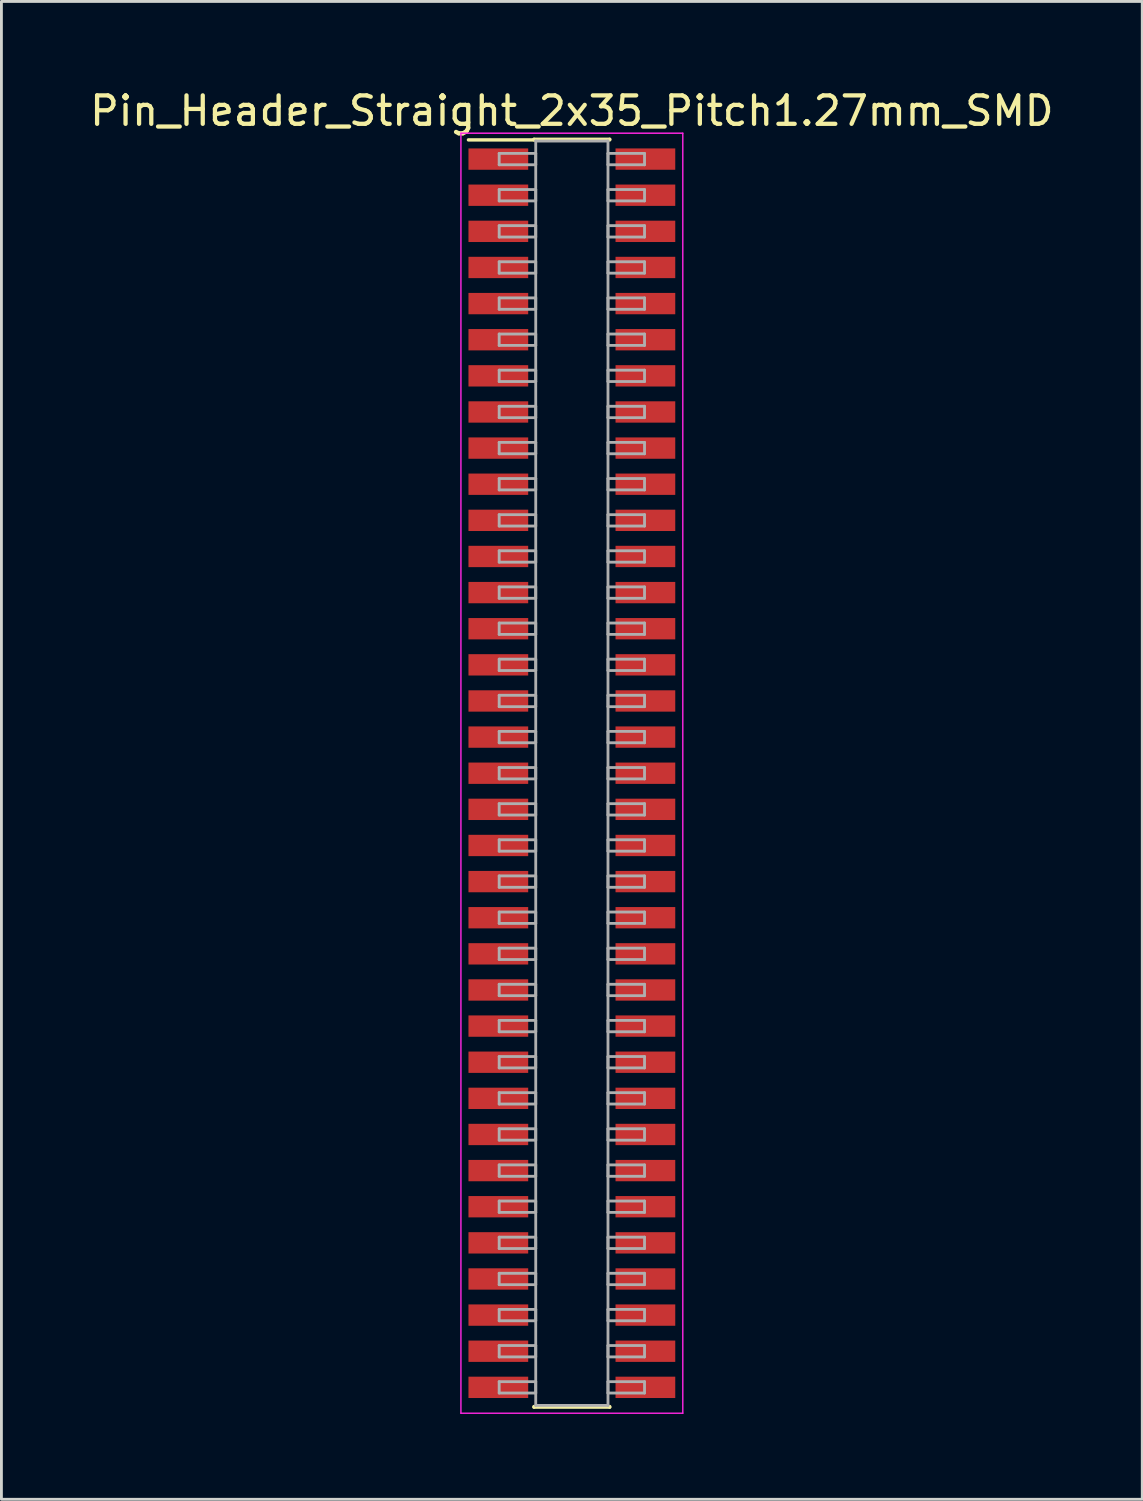
<source format=kicad_pcb>
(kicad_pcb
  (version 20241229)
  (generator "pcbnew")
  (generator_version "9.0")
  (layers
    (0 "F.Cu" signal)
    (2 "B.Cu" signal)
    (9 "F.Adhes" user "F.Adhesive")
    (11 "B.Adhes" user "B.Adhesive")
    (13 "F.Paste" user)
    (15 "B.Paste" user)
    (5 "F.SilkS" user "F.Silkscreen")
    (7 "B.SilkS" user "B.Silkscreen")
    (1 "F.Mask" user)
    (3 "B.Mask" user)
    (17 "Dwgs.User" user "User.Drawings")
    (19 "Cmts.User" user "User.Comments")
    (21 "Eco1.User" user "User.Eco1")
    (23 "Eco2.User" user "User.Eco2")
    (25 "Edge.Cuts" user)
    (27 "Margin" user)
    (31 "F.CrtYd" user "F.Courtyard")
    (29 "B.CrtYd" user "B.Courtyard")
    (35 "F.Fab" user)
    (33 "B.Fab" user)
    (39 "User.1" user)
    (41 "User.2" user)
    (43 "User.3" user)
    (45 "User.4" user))
  (footprint "Pin_Header_Straight_2x35_Pitch1.27mm_SMD"
    (layer "F.Cu")
    (at 17.054 24.133)
    (property "Reference" "Pin_Header_Straight_2x35_Pitch1.27mm_SMD" (at 0 -23.285 0) (layer "F.SilkS") (effects (font (size 1 1) (thickness 0.15))))
    (attr smd)
    (fp_line (start -3.635 -22.265) (end -1.33 -22.265) (stroke (width 0.12) (type solid)) (layer "F.SilkS"))
    (fp_line (start -1.33 -22.285) (end 1.33 -22.285) (stroke (width 0.12) (type solid)) (layer "F.SilkS"))
    (fp_line (start -1.33 -22.265) (end -1.33 -22.285) (stroke (width 0.12) (type solid)) (layer "F.SilkS"))
    (fp_line (start -1.33 22.265) (end -1.33 22.285) (stroke (width 0.12) (type solid)) (layer "F.SilkS"))
    (fp_line (start -1.33 22.285) (end 1.33 22.285) (stroke (width 0.12) (type solid)) (layer "F.SilkS"))
    (fp_line (start 1.33 -22.285) (end 1.33 -22.265) (stroke (width 0.12) (type solid)) (layer "F.SilkS"))
    (fp_line (start 1.33 22.285) (end 1.33 22.265) (stroke (width 0.12) (type solid)) (layer "F.SilkS"))
    (fp_line (start -3.9 -22.5) (end -3.9 22.5) (stroke (width 0.05) (type solid)) (layer "F.CrtYd"))
    (fp_line (start -3.9 22.5) (end 3.9 22.5) (stroke (width 0.05) (type solid)) (layer "F.CrtYd"))
    (fp_line (start 3.9 -22.5) (end -3.9 -22.5) (stroke (width 0.05) (type solid)) (layer "F.CrtYd"))
    (fp_line (start 3.9 22.5) (end 3.9 -22.5) (stroke (width 0.05) (type solid)) (layer "F.CrtYd"))
    (fp_line (start -2.555 -21.79) (end -1.27 -21.79) (stroke (width 0.1) (type solid)) (layer "F.Fab"))
    (fp_line (start -2.555 -21.39) (end -2.555 -21.79) (stroke (width 0.1) (type solid)) (layer "F.Fab"))
    (fp_line (start -2.555 -20.52) (end -1.27 -20.52) (stroke (width 0.1) (type solid)) (layer "F.Fab"))
    (fp_line (start -2.555 -20.12) (end -2.555 -20.52) (stroke (width 0.1) (type solid)) (layer "F.Fab"))
    (fp_line (start -2.555 -19.25) (end -1.27 -19.25) (stroke (width 0.1) (type solid)) (layer "F.Fab"))
    (fp_line (start -2.555 -18.85) (end -2.555 -19.25) (stroke (width 0.1) (type solid)) (layer "F.Fab"))
    (fp_line (start -2.555 -17.98) (end -1.27 -17.98) (stroke (width 0.1) (type solid)) (layer "F.Fab"))
    (fp_line (start -2.555 -17.58) (end -2.555 -17.98) (stroke (width 0.1) (type solid)) (layer "F.Fab"))
    (fp_line (start -2.555 -16.71) (end -1.27 -16.71) (stroke (width 0.1) (type solid)) (layer "F.Fab"))
    (fp_line (start -2.555 -16.31) (end -2.555 -16.71) (stroke (width 0.1) (type solid)) (layer "F.Fab"))
    (fp_line (start -2.555 -15.44) (end -1.27 -15.44) (stroke (width 0.1) (type solid)) (layer "F.Fab"))
    (fp_line (start -2.555 -15.04) (end -2.555 -15.44) (stroke (width 0.1) (type solid)) (layer "F.Fab"))
    (fp_line (start -2.555 -14.17) (end -1.27 -14.17) (stroke (width 0.1) (type solid)) (layer "F.Fab"))
    (fp_line (start -2.555 -13.77) (end -2.555 -14.17) (stroke (width 0.1) (type solid)) (layer "F.Fab"))
    (fp_line (start -2.555 -12.9) (end -1.27 -12.9) (stroke (width 0.1) (type solid)) (layer "F.Fab"))
    (fp_line (start -2.555 -12.5) (end -2.555 -12.9) (stroke (width 0.1) (type solid)) (layer "F.Fab"))
    (fp_line (start -2.555 -11.63) (end -1.27 -11.63) (stroke (width 0.1) (type solid)) (layer "F.Fab"))
    (fp_line (start -2.555 -11.23) (end -2.555 -11.63) (stroke (width 0.1) (type solid)) (layer "F.Fab"))
    (fp_line (start -2.555 -10.36) (end -1.27 -10.36) (stroke (width 0.1) (type solid)) (layer "F.Fab"))
    (fp_line (start -2.555 -9.96) (end -2.555 -10.36) (stroke (width 0.1) (type solid)) (layer "F.Fab"))
    (fp_line (start -2.555 -9.09) (end -1.27 -9.09) (stroke (width 0.1) (type solid)) (layer "F.Fab"))
    (fp_line (start -2.555 -8.69) (end -2.555 -9.09) (stroke (width 0.1) (type solid)) (layer "F.Fab"))
    (fp_line (start -2.555 -7.82) (end -1.27 -7.82) (stroke (width 0.1) (type solid)) (layer "F.Fab"))
    (fp_line (start -2.555 -7.42) (end -2.555 -7.82) (stroke (width 0.1) (type solid)) (layer "F.Fab"))
    (fp_line (start -2.555 -6.55) (end -1.27 -6.55) (stroke (width 0.1) (type solid)) (layer "F.Fab"))
    (fp_line (start -2.555 -6.15) (end -2.555 -6.55) (stroke (width 0.1) (type solid)) (layer "F.Fab"))
    (fp_line (start -2.555 -5.28) (end -1.27 -5.28) (stroke (width 0.1) (type solid)) (layer "F.Fab"))
    (fp_line (start -2.555 -4.88) (end -2.555 -5.28) (stroke (width 0.1) (type solid)) (layer "F.Fab"))
    (fp_line (start -2.555 -4.01) (end -1.27 -4.01) (stroke (width 0.1) (type solid)) (layer "F.Fab"))
    (fp_line (start -2.555 -3.61) (end -2.555 -4.01) (stroke (width 0.1) (type solid)) (layer "F.Fab"))
    (fp_line (start -2.555 -2.74) (end -1.27 -2.74) (stroke (width 0.1) (type solid)) (layer "F.Fab"))
    (fp_line (start -2.555 -2.34) (end -2.555 -2.74) (stroke (width 0.1) (type solid)) (layer "F.Fab"))
    (fp_line (start -2.555 -1.47) (end -1.27 -1.47) (stroke (width 0.1) (type solid)) (layer "F.Fab"))
    (fp_line (start -2.555 -1.07) (end -2.555 -1.47) (stroke (width 0.1) (type solid)) (layer "F.Fab"))
    (fp_line (start -2.555 -0.2) (end -1.27 -0.2) (stroke (width 0.1) (type solid)) (layer "F.Fab"))
    (fp_line (start -2.555 0.2) (end -2.555 -0.2) (stroke (width 0.1) (type solid)) (layer "F.Fab"))
    (fp_line (start -2.555 1.07) (end -1.27 1.07) (stroke (width 0.1) (type solid)) (layer "F.Fab"))
    (fp_line (start -2.555 1.47) (end -2.555 1.07) (stroke (width 0.1) (type solid)) (layer "F.Fab"))
    (fp_line (start -2.555 2.34) (end -1.27 2.34) (stroke (width 0.1) (type solid)) (layer "F.Fab"))
    (fp_line (start -2.555 2.74) (end -2.555 2.34) (stroke (width 0.1) (type solid)) (layer "F.Fab"))
    (fp_line (start -2.555 3.61) (end -1.27 3.61) (stroke (width 0.1) (type solid)) (layer "F.Fab"))
    (fp_line (start -2.555 4.01) (end -2.555 3.61) (stroke (width 0.1) (type solid)) (layer "F.Fab"))
    (fp_line (start -2.555 4.88) (end -1.27 4.88) (stroke (width 0.1) (type solid)) (layer "F.Fab"))
    (fp_line (start -2.555 5.28) (end -2.555 4.88) (stroke (width 0.1) (type solid)) (layer "F.Fab"))
    (fp_line (start -2.555 6.15) (end -1.27 6.15) (stroke (width 0.1) (type solid)) (layer "F.Fab"))
    (fp_line (start -2.555 6.55) (end -2.555 6.15) (stroke (width 0.1) (type solid)) (layer "F.Fab"))
    (fp_line (start -2.555 7.42) (end -1.27 7.42) (stroke (width 0.1) (type solid)) (layer "F.Fab"))
    (fp_line (start -2.555 7.82) (end -2.555 7.42) (stroke (width 0.1) (type solid)) (layer "F.Fab"))
    (fp_line (start -2.555 8.69) (end -1.27 8.69) (stroke (width 0.1) (type solid)) (layer "F.Fab"))
    (fp_line (start -2.555 9.09) (end -2.555 8.69) (stroke (width 0.1) (type solid)) (layer "F.Fab"))
    (fp_line (start -2.555 9.96) (end -1.27 9.96) (stroke (width 0.1) (type solid)) (layer "F.Fab"))
    (fp_line (start -2.555 10.36) (end -2.555 9.96) (stroke (width 0.1) (type solid)) (layer "F.Fab"))
    (fp_line (start -2.555 11.23) (end -1.27 11.23) (stroke (width 0.1) (type solid)) (layer "F.Fab"))
    (fp_line (start -2.555 11.63) (end -2.555 11.23) (stroke (width 0.1) (type solid)) (layer "F.Fab"))
    (fp_line (start -2.555 12.5) (end -1.27 12.5) (stroke (width 0.1) (type solid)) (layer "F.Fab"))
    (fp_line (start -2.555 12.9) (end -2.555 12.5) (stroke (width 0.1) (type solid)) (layer "F.Fab"))
    (fp_line (start -2.555 13.77) (end -1.27 13.77) (stroke (width 0.1) (type solid)) (layer "F.Fab"))
    (fp_line (start -2.555 14.17) (end -2.555 13.77) (stroke (width 0.1) (type solid)) (layer "F.Fab"))
    (fp_line (start -2.555 15.04) (end -1.27 15.04) (stroke (width 0.1) (type solid)) (layer "F.Fab"))
    (fp_line (start -2.555 15.44) (end -2.555 15.04) (stroke (width 0.1) (type solid)) (layer "F.Fab"))
    (fp_line (start -2.555 16.31) (end -1.27 16.31) (stroke (width 0.1) (type solid)) (layer "F.Fab"))
    (fp_line (start -2.555 16.71) (end -2.555 16.31) (stroke (width 0.1) (type solid)) (layer "F.Fab"))
    (fp_line (start -2.555 17.58) (end -1.27 17.58) (stroke (width 0.1) (type solid)) (layer "F.Fab"))
    (fp_line (start -2.555 17.98) (end -2.555 17.58) (stroke (width 0.1) (type solid)) (layer "F.Fab"))
    (fp_line (start -2.555 18.85) (end -1.27 18.85) (stroke (width 0.1) (type solid)) (layer "F.Fab"))
    (fp_line (start -2.555 19.25) (end -2.555 18.85) (stroke (width 0.1) (type solid)) (layer "F.Fab"))
    (fp_line (start -2.555 20.12) (end -1.27 20.12) (stroke (width 0.1) (type solid)) (layer "F.Fab"))
    (fp_line (start -2.555 20.52) (end -2.555 20.12) (stroke (width 0.1) (type solid)) (layer "F.Fab"))
    (fp_line (start -2.555 21.39) (end -1.27 21.39) (stroke (width 0.1) (type solid)) (layer "F.Fab"))
    (fp_line (start -2.555 21.79) (end -2.555 21.39) (stroke (width 0.1) (type solid)) (layer "F.Fab"))
    (fp_line (start -1.27 -22.225) (end -1.27 22.225) (stroke (width 0.1) (type solid)) (layer "F.Fab"))
    (fp_line (start -1.27 -21.79) (end -1.27 -21.39) (stroke (width 0.1) (type solid)) (layer "F.Fab"))
    (fp_line (start -1.27 -21.39) (end -2.555 -21.39) (stroke (width 0.1) (type solid)) (layer "F.Fab"))
    (fp_line (start -1.27 -20.52) (end -1.27 -20.12) (stroke (width 0.1) (type solid)) (layer "F.Fab"))
    (fp_line (start -1.27 -20.12) (end -2.555 -20.12) (stroke (width 0.1) (type solid)) (layer "F.Fab"))
    (fp_line (start -1.27 -19.25) (end -1.27 -18.85) (stroke (width 0.1) (type solid)) (layer "F.Fab"))
    (fp_line (start -1.27 -18.85) (end -2.555 -18.85) (stroke (width 0.1) (type solid)) (layer "F.Fab"))
    (fp_line (start -1.27 -17.98) (end -1.27 -17.58) (stroke (width 0.1) (type solid)) (layer "F.Fab"))
    (fp_line (start -1.27 -17.58) (end -2.555 -17.58) (stroke (width 0.1) (type solid)) (layer "F.Fab"))
    (fp_line (start -1.27 -16.71) (end -1.27 -16.31) (stroke (width 0.1) (type solid)) (layer "F.Fab"))
    (fp_line (start -1.27 -16.31) (end -2.555 -16.31) (stroke (width 0.1) (type solid)) (layer "F.Fab"))
    (fp_line (start -1.27 -15.44) (end -1.27 -15.04) (stroke (width 0.1) (type solid)) (layer "F.Fab"))
    (fp_line (start -1.27 -15.04) (end -2.555 -15.04) (stroke (width 0.1) (type solid)) (layer "F.Fab"))
    (fp_line (start -1.27 -14.17) (end -1.27 -13.77) (stroke (width 0.1) (type solid)) (layer "F.Fab"))
    (fp_line (start -1.27 -13.77) (end -2.555 -13.77) (stroke (width 0.1) (type solid)) (layer "F.Fab"))
    (fp_line (start -1.27 -12.9) (end -1.27 -12.5) (stroke (width 0.1) (type solid)) (layer "F.Fab"))
    (fp_line (start -1.27 -12.5) (end -2.555 -12.5) (stroke (width 0.1) (type solid)) (layer "F.Fab"))
    (fp_line (start -1.27 -11.63) (end -1.27 -11.23) (stroke (width 0.1) (type solid)) (layer "F.Fab"))
    (fp_line (start -1.27 -11.23) (end -2.555 -11.23) (stroke (width 0.1) (type solid)) (layer "F.Fab"))
    (fp_line (start -1.27 -10.36) (end -1.27 -9.96) (stroke (width 0.1) (type solid)) (layer "F.Fab"))
    (fp_line (start -1.27 -9.96) (end -2.555 -9.96) (stroke (width 0.1) (type solid)) (layer "F.Fab"))
    (fp_line (start -1.27 -9.09) (end -1.27 -8.69) (stroke (width 0.1) (type solid)) (layer "F.Fab"))
    (fp_line (start -1.27 -8.69) (end -2.555 -8.69) (stroke (width 0.1) (type solid)) (layer "F.Fab"))
    (fp_line (start -1.27 -7.82) (end -1.27 -7.42) (stroke (width 0.1) (type solid)) (layer "F.Fab"))
    (fp_line (start -1.27 -7.42) (end -2.555 -7.42) (stroke (width 0.1) (type solid)) (layer "F.Fab"))
    (fp_line (start -1.27 -6.55) (end -1.27 -6.15) (stroke (width 0.1) (type solid)) (layer "F.Fab"))
    (fp_line (start -1.27 -6.15) (end -2.555 -6.15) (stroke (width 0.1) (type solid)) (layer "F.Fab"))
    (fp_line (start -1.27 -5.28) (end -1.27 -4.88) (stroke (width 0.1) (type solid)) (layer "F.Fab"))
    (fp_line (start -1.27 -4.88) (end -2.555 -4.88) (stroke (width 0.1) (type solid)) (layer "F.Fab"))
    (fp_line (start -1.27 -4.01) (end -1.27 -3.61) (stroke (width 0.1) (type solid)) (layer "F.Fab"))
    (fp_line (start -1.27 -3.61) (end -2.555 -3.61) (stroke (width 0.1) (type solid)) (layer "F.Fab"))
    (fp_line (start -1.27 -2.74) (end -1.27 -2.34) (stroke (width 0.1) (type solid)) (layer "F.Fab"))
    (fp_line (start -1.27 -2.34) (end -2.555 -2.34) (stroke (width 0.1) (type solid)) (layer "F.Fab"))
    (fp_line (start -1.27 -1.47) (end -1.27 -1.07) (stroke (width 0.1) (type solid)) (layer "F.Fab"))
    (fp_line (start -1.27 -1.07) (end -2.555 -1.07) (stroke (width 0.1) (type solid)) (layer "F.Fab"))
    (fp_line (start -1.27 -0.2) (end -1.27 0.2) (stroke (width 0.1) (type solid)) (layer "F.Fab"))
    (fp_line (start -1.27 0.2) (end -2.555 0.2) (stroke (width 0.1) (type solid)) (layer "F.Fab"))
    (fp_line (start -1.27 1.07) (end -1.27 1.47) (stroke (width 0.1) (type solid)) (layer "F.Fab"))
    (fp_line (start -1.27 1.47) (end -2.555 1.47) (stroke (width 0.1) (type solid)) (layer "F.Fab"))
    (fp_line (start -1.27 2.34) (end -1.27 2.74) (stroke (width 0.1) (type solid)) (layer "F.Fab"))
    (fp_line (start -1.27 2.74) (end -2.555 2.74) (stroke (width 0.1) (type solid)) (layer "F.Fab"))
    (fp_line (start -1.27 3.61) (end -1.27 4.01) (stroke (width 0.1) (type solid)) (layer "F.Fab"))
    (fp_line (start -1.27 4.01) (end -2.555 4.01) (stroke (width 0.1) (type solid)) (layer "F.Fab"))
    (fp_line (start -1.27 4.88) (end -1.27 5.28) (stroke (width 0.1) (type solid)) (layer "F.Fab"))
    (fp_line (start -1.27 5.28) (end -2.555 5.28) (stroke (width 0.1) (type solid)) (layer "F.Fab"))
    (fp_line (start -1.27 6.15) (end -1.27 6.55) (stroke (width 0.1) (type solid)) (layer "F.Fab"))
    (fp_line (start -1.27 6.55) (end -2.555 6.55) (stroke (width 0.1) (type solid)) (layer "F.Fab"))
    (fp_line (start -1.27 7.42) (end -1.27 7.82) (stroke (width 0.1) (type solid)) (layer "F.Fab"))
    (fp_line (start -1.27 7.82) (end -2.555 7.82) (stroke (width 0.1) (type solid)) (layer "F.Fab"))
    (fp_line (start -1.27 8.69) (end -1.27 9.09) (stroke (width 0.1) (type solid)) (layer "F.Fab"))
    (fp_line (start -1.27 9.09) (end -2.555 9.09) (stroke (width 0.1) (type solid)) (layer "F.Fab"))
    (fp_line (start -1.27 9.96) (end -1.27 10.36) (stroke (width 0.1) (type solid)) (layer "F.Fab"))
    (fp_line (start -1.27 10.36) (end -2.555 10.36) (stroke (width 0.1) (type solid)) (layer "F.Fab"))
    (fp_line (start -1.27 11.23) (end -1.27 11.63) (stroke (width 0.1) (type solid)) (layer "F.Fab"))
    (fp_line (start -1.27 11.63) (end -2.555 11.63) (stroke (width 0.1) (type solid)) (layer "F.Fab"))
    (fp_line (start -1.27 12.5) (end -1.27 12.9) (stroke (width 0.1) (type solid)) (layer "F.Fab"))
    (fp_line (start -1.27 12.9) (end -2.555 12.9) (stroke (width 0.1) (type solid)) (layer "F.Fab"))
    (fp_line (start -1.27 13.77) (end -1.27 14.17) (stroke (width 0.1) (type solid)) (layer "F.Fab"))
    (fp_line (start -1.27 14.17) (end -2.555 14.17) (stroke (width 0.1) (type solid)) (layer "F.Fab"))
    (fp_line (start -1.27 15.04) (end -1.27 15.44) (stroke (width 0.1) (type solid)) (layer "F.Fab"))
    (fp_line (start -1.27 15.44) (end -2.555 15.44) (stroke (width 0.1) (type solid)) (layer "F.Fab"))
    (fp_line (start -1.27 16.31) (end -1.27 16.71) (stroke (width 0.1) (type solid)) (layer "F.Fab"))
    (fp_line (start -1.27 16.71) (end -2.555 16.71) (stroke (width 0.1) (type solid)) (layer "F.Fab"))
    (fp_line (start -1.27 17.58) (end -1.27 17.98) (stroke (width 0.1) (type solid)) (layer "F.Fab"))
    (fp_line (start -1.27 17.98) (end -2.555 17.98) (stroke (width 0.1) (type solid)) (layer "F.Fab"))
    (fp_line (start -1.27 18.85) (end -1.27 19.25) (stroke (width 0.1) (type solid)) (layer "F.Fab"))
    (fp_line (start -1.27 19.25) (end -2.555 19.25) (stroke (width 0.1) (type solid)) (layer "F.Fab"))
    (fp_line (start -1.27 20.12) (end -1.27 20.52) (stroke (width 0.1) (type solid)) (layer "F.Fab"))
    (fp_line (start -1.27 20.52) (end -2.555 20.52) (stroke (width 0.1) (type solid)) (layer "F.Fab"))
    (fp_line (start -1.27 21.39) (end -1.27 21.79) (stroke (width 0.1) (type solid)) (layer "F.Fab"))
    (fp_line (start -1.27 21.79) (end -2.555 21.79) (stroke (width 0.1) (type solid)) (layer "F.Fab"))
    (fp_line (start -1.27 22.225) (end 1.27 22.225) (stroke (width 0.1) (type solid)) (layer "F.Fab"))
    (fp_line (start 1.27 -22.225) (end -1.27 -22.225) (stroke (width 0.1) (type solid)) (layer "F.Fab"))
    (fp_line (start 1.27 -21.79) (end 1.27 -21.39) (stroke (width 0.1) (type solid)) (layer "F.Fab"))
    (fp_line (start 1.27 -21.39) (end 2.555 -21.39) (stroke (width 0.1) (type solid)) (layer "F.Fab"))
    (fp_line (start 1.27 -20.52) (end 1.27 -20.12) (stroke (width 0.1) (type solid)) (layer "F.Fab"))
    (fp_line (start 1.27 -20.12) (end 2.555 -20.12) (stroke (width 0.1) (type solid)) (layer "F.Fab"))
    (fp_line (start 1.27 -19.25) (end 1.27 -18.85) (stroke (width 0.1) (type solid)) (layer "F.Fab"))
    (fp_line (start 1.27 -18.85) (end 2.555 -18.85) (stroke (width 0.1) (type solid)) (layer "F.Fab"))
    (fp_line (start 1.27 -17.98) (end 1.27 -17.58) (stroke (width 0.1) (type solid)) (layer "F.Fab"))
    (fp_line (start 1.27 -17.58) (end 2.555 -17.58) (stroke (width 0.1) (type solid)) (layer "F.Fab"))
    (fp_line (start 1.27 -16.71) (end 1.27 -16.31) (stroke (width 0.1) (type solid)) (layer "F.Fab"))
    (fp_line (start 1.27 -16.31) (end 2.555 -16.31) (stroke (width 0.1) (type solid)) (layer "F.Fab"))
    (fp_line (start 1.27 -15.44) (end 1.27 -15.04) (stroke (width 0.1) (type solid)) (layer "F.Fab"))
    (fp_line (start 1.27 -15.04) (end 2.555 -15.04) (stroke (width 0.1) (type solid)) (layer "F.Fab"))
    (fp_line (start 1.27 -14.17) (end 1.27 -13.77) (stroke (width 0.1) (type solid)) (layer "F.Fab"))
    (fp_line (start 1.27 -13.77) (end 2.555 -13.77) (stroke (width 0.1) (type solid)) (layer "F.Fab"))
    (fp_line (start 1.27 -12.9) (end 1.27 -12.5) (stroke (width 0.1) (type solid)) (layer "F.Fab"))
    (fp_line (start 1.27 -12.5) (end 2.555 -12.5) (stroke (width 0.1) (type solid)) (layer "F.Fab"))
    (fp_line (start 1.27 -11.63) (end 1.27 -11.23) (stroke (width 0.1) (type solid)) (layer "F.Fab"))
    (fp_line (start 1.27 -11.23) (end 2.555 -11.23) (stroke (width 0.1) (type solid)) (layer "F.Fab"))
    (fp_line (start 1.27 -10.36) (end 1.27 -9.96) (stroke (width 0.1) (type solid)) (layer "F.Fab"))
    (fp_line (start 1.27 -9.96) (end 2.555 -9.96) (stroke (width 0.1) (type solid)) (layer "F.Fab"))
    (fp_line (start 1.27 -9.09) (end 1.27 -8.69) (stroke (width 0.1) (type solid)) (layer "F.Fab"))
    (fp_line (start 1.27 -8.69) (end 2.555 -8.69) (stroke (width 0.1) (type solid)) (layer "F.Fab"))
    (fp_line (start 1.27 -7.82) (end 1.27 -7.42) (stroke (width 0.1) (type solid)) (layer "F.Fab"))
    (fp_line (start 1.27 -7.42) (end 2.555 -7.42) (stroke (width 0.1) (type solid)) (layer "F.Fab"))
    (fp_line (start 1.27 -6.55) (end 1.27 -6.15) (stroke (width 0.1) (type solid)) (layer "F.Fab"))
    (fp_line (start 1.27 -6.15) (end 2.555 -6.15) (stroke (width 0.1) (type solid)) (layer "F.Fab"))
    (fp_line (start 1.27 -5.28) (end 1.27 -4.88) (stroke (width 0.1) (type solid)) (layer "F.Fab"))
    (fp_line (start 1.27 -4.88) (end 2.555 -4.88) (stroke (width 0.1) (type solid)) (layer "F.Fab"))
    (fp_line (start 1.27 -4.01) (end 1.27 -3.61) (stroke (width 0.1) (type solid)) (layer "F.Fab"))
    (fp_line (start 1.27 -3.61) (end 2.555 -3.61) (stroke (width 0.1) (type solid)) (layer "F.Fab"))
    (fp_line (start 1.27 -2.74) (end 1.27 -2.34) (stroke (width 0.1) (type solid)) (layer "F.Fab"))
    (fp_line (start 1.27 -2.34) (end 2.555 -2.34) (stroke (width 0.1) (type solid)) (layer "F.Fab"))
    (fp_line (start 1.27 -1.47) (end 1.27 -1.07) (stroke (width 0.1) (type solid)) (layer "F.Fab"))
    (fp_line (start 1.27 -1.07) (end 2.555 -1.07) (stroke (width 0.1) (type solid)) (layer "F.Fab"))
    (fp_line (start 1.27 -0.2) (end 1.27 0.2) (stroke (width 0.1) (type solid)) (layer "F.Fab"))
    (fp_line (start 1.27 0.2) (end 2.555 0.2) (stroke (width 0.1) (type solid)) (layer "F.Fab"))
    (fp_line (start 1.27 1.07) (end 1.27 1.47) (stroke (width 0.1) (type solid)) (layer "F.Fab"))
    (fp_line (start 1.27 1.47) (end 2.555 1.47) (stroke (width 0.1) (type solid)) (layer "F.Fab"))
    (fp_line (start 1.27 2.34) (end 1.27 2.74) (stroke (width 0.1) (type solid)) (layer "F.Fab"))
    (fp_line (start 1.27 2.74) (end 2.555 2.74) (stroke (width 0.1) (type solid)) (layer "F.Fab"))
    (fp_line (start 1.27 3.61) (end 1.27 4.01) (stroke (width 0.1) (type solid)) (layer "F.Fab"))
    (fp_line (start 1.27 4.01) (end 2.555 4.01) (stroke (width 0.1) (type solid)) (layer "F.Fab"))
    (fp_line (start 1.27 4.88) (end 1.27 5.28) (stroke (width 0.1) (type solid)) (layer "F.Fab"))
    (fp_line (start 1.27 5.28) (end 2.555 5.28) (stroke (width 0.1) (type solid)) (layer "F.Fab"))
    (fp_line (start 1.27 6.15) (end 1.27 6.55) (stroke (width 0.1) (type solid)) (layer "F.Fab"))
    (fp_line (start 1.27 6.55) (end 2.555 6.55) (stroke (width 0.1) (type solid)) (layer "F.Fab"))
    (fp_line (start 1.27 7.42) (end 1.27 7.82) (stroke (width 0.1) (type solid)) (layer "F.Fab"))
    (fp_line (start 1.27 7.82) (end 2.555 7.82) (stroke (width 0.1) (type solid)) (layer "F.Fab"))
    (fp_line (start 1.27 8.69) (end 1.27 9.09) (stroke (width 0.1) (type solid)) (layer "F.Fab"))
    (fp_line (start 1.27 9.09) (end 2.555 9.09) (stroke (width 0.1) (type solid)) (layer "F.Fab"))
    (fp_line (start 1.27 9.96) (end 1.27 10.36) (stroke (width 0.1) (type solid)) (layer "F.Fab"))
    (fp_line (start 1.27 10.36) (end 2.555 10.36) (stroke (width 0.1) (type solid)) (layer "F.Fab"))
    (fp_line (start 1.27 11.23) (end 1.27 11.63) (stroke (width 0.1) (type solid)) (layer "F.Fab"))
    (fp_line (start 1.27 11.63) (end 2.555 11.63) (stroke (width 0.1) (type solid)) (layer "F.Fab"))
    (fp_line (start 1.27 12.5) (end 1.27 12.9) (stroke (width 0.1) (type solid)) (layer "F.Fab"))
    (fp_line (start 1.27 12.9) (end 2.555 12.9) (stroke (width 0.1) (type solid)) (layer "F.Fab"))
    (fp_line (start 1.27 13.77) (end 1.27 14.17) (stroke (width 0.1) (type solid)) (layer "F.Fab"))
    (fp_line (start 1.27 14.17) (end 2.555 14.17) (stroke (width 0.1) (type solid)) (layer "F.Fab"))
    (fp_line (start 1.27 15.04) (end 1.27 15.44) (stroke (width 0.1) (type solid)) (layer "F.Fab"))
    (fp_line (start 1.27 15.44) (end 2.555 15.44) (stroke (width 0.1) (type solid)) (layer "F.Fab"))
    (fp_line (start 1.27 16.31) (end 1.27 16.71) (stroke (width 0.1) (type solid)) (layer "F.Fab"))
    (fp_line (start 1.27 16.71) (end 2.555 16.71) (stroke (width 0.1) (type solid)) (layer "F.Fab"))
    (fp_line (start 1.27 17.58) (end 1.27 17.98) (stroke (width 0.1) (type solid)) (layer "F.Fab"))
    (fp_line (start 1.27 17.98) (end 2.555 17.98) (stroke (width 0.1) (type solid)) (layer "F.Fab"))
    (fp_line (start 1.27 18.85) (end 1.27 19.25) (stroke (width 0.1) (type solid)) (layer "F.Fab"))
    (fp_line (start 1.27 19.25) (end 2.555 19.25) (stroke (width 0.1) (type solid)) (layer "F.Fab"))
    (fp_line (start 1.27 20.12) (end 1.27 20.52) (stroke (width 0.1) (type solid)) (layer "F.Fab"))
    (fp_line (start 1.27 20.52) (end 2.555 20.52) (stroke (width 0.1) (type solid)) (layer "F.Fab"))
    (fp_line (start 1.27 21.39) (end 1.27 21.79) (stroke (width 0.1) (type solid)) (layer "F.Fab"))
    (fp_line (start 1.27 21.79) (end 2.555 21.79) (stroke (width 0.1) (type solid)) (layer "F.Fab"))
    (fp_line (start 1.27 22.225) (end 1.27 -22.225) (stroke (width 0.1) (type solid)) (layer "F.Fab"))
    (fp_line (start 2.555 -21.79) (end 1.27 -21.79) (stroke (width 0.1) (type solid)) (layer "F.Fab"))
    (fp_line (start 2.555 -21.39) (end 2.555 -21.79) (stroke (width 0.1) (type solid)) (layer "F.Fab"))
    (fp_line (start 2.555 -20.52) (end 1.27 -20.52) (stroke (width 0.1) (type solid)) (layer "F.Fab"))
    (fp_line (start 2.555 -20.12) (end 2.555 -20.52) (stroke (width 0.1) (type solid)) (layer "F.Fab"))
    (fp_line (start 2.555 -19.25) (end 1.27 -19.25) (stroke (width 0.1) (type solid)) (layer "F.Fab"))
    (fp_line (start 2.555 -18.85) (end 2.555 -19.25) (stroke (width 0.1) (type solid)) (layer "F.Fab"))
    (fp_line (start 2.555 -17.98) (end 1.27 -17.98) (stroke (width 0.1) (type solid)) (layer "F.Fab"))
    (fp_line (start 2.555 -17.58) (end 2.555 -17.98) (stroke (width 0.1) (type solid)) (layer "F.Fab"))
    (fp_line (start 2.555 -16.71) (end 1.27 -16.71) (stroke (width 0.1) (type solid)) (layer "F.Fab"))
    (fp_line (start 2.555 -16.31) (end 2.555 -16.71) (stroke (width 0.1) (type solid)) (layer "F.Fab"))
    (fp_line (start 2.555 -15.44) (end 1.27 -15.44) (stroke (width 0.1) (type solid)) (layer "F.Fab"))
    (fp_line (start 2.555 -15.04) (end 2.555 -15.44) (stroke (width 0.1) (type solid)) (layer "F.Fab"))
    (fp_line (start 2.555 -14.17) (end 1.27 -14.17) (stroke (width 0.1) (type solid)) (layer "F.Fab"))
    (fp_line (start 2.555 -13.77) (end 2.555 -14.17) (stroke (width 0.1) (type solid)) (layer "F.Fab"))
    (fp_line (start 2.555 -12.9) (end 1.27 -12.9) (stroke (width 0.1) (type solid)) (layer "F.Fab"))
    (fp_line (start 2.555 -12.5) (end 2.555 -12.9) (stroke (width 0.1) (type solid)) (layer "F.Fab"))
    (fp_line (start 2.555 -11.63) (end 1.27 -11.63) (stroke (width 0.1) (type solid)) (layer "F.Fab"))
    (fp_line (start 2.555 -11.23) (end 2.555 -11.63) (stroke (width 0.1) (type solid)) (layer "F.Fab"))
    (fp_line (start 2.555 -10.36) (end 1.27 -10.36) (stroke (width 0.1) (type solid)) (layer "F.Fab"))
    (fp_line (start 2.555 -9.96) (end 2.555 -10.36) (stroke (width 0.1) (type solid)) (layer "F.Fab"))
    (fp_line (start 2.555 -9.09) (end 1.27 -9.09) (stroke (width 0.1) (type solid)) (layer "F.Fab"))
    (fp_line (start 2.555 -8.69) (end 2.555 -9.09) (stroke (width 0.1) (type solid)) (layer "F.Fab"))
    (fp_line (start 2.555 -7.82) (end 1.27 -7.82) (stroke (width 0.1) (type solid)) (layer "F.Fab"))
    (fp_line (start 2.555 -7.42) (end 2.555 -7.82) (stroke (width 0.1) (type solid)) (layer "F.Fab"))
    (fp_line (start 2.555 -6.55) (end 1.27 -6.55) (stroke (width 0.1) (type solid)) (layer "F.Fab"))
    (fp_line (start 2.555 -6.15) (end 2.555 -6.55) (stroke (width 0.1) (type solid)) (layer "F.Fab"))
    (fp_line (start 2.555 -5.28) (end 1.27 -5.28) (stroke (width 0.1) (type solid)) (layer "F.Fab"))
    (fp_line (start 2.555 -4.88) (end 2.555 -5.28) (stroke (width 0.1) (type solid)) (layer "F.Fab"))
    (fp_line (start 2.555 -4.01) (end 1.27 -4.01) (stroke (width 0.1) (type solid)) (layer "F.Fab"))
    (fp_line (start 2.555 -3.61) (end 2.555 -4.01) (stroke (width 0.1) (type solid)) (layer "F.Fab"))
    (fp_line (start 2.555 -2.74) (end 1.27 -2.74) (stroke (width 0.1) (type solid)) (layer "F.Fab"))
    (fp_line (start 2.555 -2.34) (end 2.555 -2.74) (stroke (width 0.1) (type solid)) (layer "F.Fab"))
    (fp_line (start 2.555 -1.47) (end 1.27 -1.47) (stroke (width 0.1) (type solid)) (layer "F.Fab"))
    (fp_line (start 2.555 -1.07) (end 2.555 -1.47) (stroke (width 0.1) (type solid)) (layer "F.Fab"))
    (fp_line (start 2.555 -0.2) (end 1.27 -0.2) (stroke (width 0.1) (type solid)) (layer "F.Fab"))
    (fp_line (start 2.555 0.2) (end 2.555 -0.2) (stroke (width 0.1) (type solid)) (layer "F.Fab"))
    (fp_line (start 2.555 1.07) (end 1.27 1.07) (stroke (width 0.1) (type solid)) (layer "F.Fab"))
    (fp_line (start 2.555 1.47) (end 2.555 1.07) (stroke (width 0.1) (type solid)) (layer "F.Fab"))
    (fp_line (start 2.555 2.34) (end 1.27 2.34) (stroke (width 0.1) (type solid)) (layer "F.Fab"))
    (fp_line (start 2.555 2.74) (end 2.555 2.34) (stroke (width 0.1) (type solid)) (layer "F.Fab"))
    (fp_line (start 2.555 3.61) (end 1.27 3.61) (stroke (width 0.1) (type solid)) (layer "F.Fab"))
    (fp_line (start 2.555 4.01) (end 2.555 3.61) (stroke (width 0.1) (type solid)) (layer "F.Fab"))
    (fp_line (start 2.555 4.88) (end 1.27 4.88) (stroke (width 0.1) (type solid)) (layer "F.Fab"))
    (fp_line (start 2.555 5.28) (end 2.555 4.88) (stroke (width 0.1) (type solid)) (layer "F.Fab"))
    (fp_line (start 2.555 6.15) (end 1.27 6.15) (stroke (width 0.1) (type solid)) (layer "F.Fab"))
    (fp_line (start 2.555 6.55) (end 2.555 6.15) (stroke (width 0.1) (type solid)) (layer "F.Fab"))
    (fp_line (start 2.555 7.42) (end 1.27 7.42) (stroke (width 0.1) (type solid)) (layer "F.Fab"))
    (fp_line (start 2.555 7.82) (end 2.555 7.42) (stroke (width 0.1) (type solid)) (layer "F.Fab"))
    (fp_line (start 2.555 8.69) (end 1.27 8.69) (stroke (width 0.1) (type solid)) (layer "F.Fab"))
    (fp_line (start 2.555 9.09) (end 2.555 8.69) (stroke (width 0.1) (type solid)) (layer "F.Fab"))
    (fp_line (start 2.555 9.96) (end 1.27 9.96) (stroke (width 0.1) (type solid)) (layer "F.Fab"))
    (fp_line (start 2.555 10.36) (end 2.555 9.96) (stroke (width 0.1) (type solid)) (layer "F.Fab"))
    (fp_line (start 2.555 11.23) (end 1.27 11.23) (stroke (width 0.1) (type solid)) (layer "F.Fab"))
    (fp_line (start 2.555 11.63) (end 2.555 11.23) (stroke (width 0.1) (type solid)) (layer "F.Fab"))
    (fp_line (start 2.555 12.5) (end 1.27 12.5) (stroke (width 0.1) (type solid)) (layer "F.Fab"))
    (fp_line (start 2.555 12.9) (end 2.555 12.5) (stroke (width 0.1) (type solid)) (layer "F.Fab"))
    (fp_line (start 2.555 13.77) (end 1.27 13.77) (stroke (width 0.1) (type solid)) (layer "F.Fab"))
    (fp_line (start 2.555 14.17) (end 2.555 13.77) (stroke (width 0.1) (type solid)) (layer "F.Fab"))
    (fp_line (start 2.555 15.04) (end 1.27 15.04) (stroke (width 0.1) (type solid)) (layer "F.Fab"))
    (fp_line (start 2.555 15.44) (end 2.555 15.04) (stroke (width 0.1) (type solid)) (layer "F.Fab"))
    (fp_line (start 2.555 16.31) (end 1.27 16.31) (stroke (width 0.1) (type solid)) (layer "F.Fab"))
    (fp_line (start 2.555 16.71) (end 2.555 16.31) (stroke (width 0.1) (type solid)) (layer "F.Fab"))
    (fp_line (start 2.555 17.58) (end 1.27 17.58) (stroke (width 0.1) (type solid)) (layer "F.Fab"))
    (fp_line (start 2.555 17.98) (end 2.555 17.58) (stroke (width 0.1) (type solid)) (layer "F.Fab"))
    (fp_line (start 2.555 18.85) (end 1.27 18.85) (stroke (width 0.1) (type solid)) (layer "F.Fab"))
    (fp_line (start 2.555 19.25) (end 2.555 18.85) (stroke (width 0.1) (type solid)) (layer "F.Fab"))
    (fp_line (start 2.555 20.12) (end 1.27 20.12) (stroke (width 0.1) (type solid)) (layer "F.Fab"))
    (fp_line (start 2.555 20.52) (end 2.555 20.12) (stroke (width 0.1) (type solid)) (layer "F.Fab"))
    (fp_line (start 2.555 21.39) (end 1.27 21.39) (stroke (width 0.1) (type solid)) (layer "F.Fab"))
    (fp_line (start 2.555 21.79) (end 2.555 21.39) (stroke (width 0.1) (type solid)) (layer "F.Fab"))
    (pad "1" smd rect (at -2.585 -21.59) (size 2.1 0.75) (layers "F.Cu" "F.Mask"))
    (pad "2" smd rect (at 2.585 -21.59) (size 2.1 0.75) (layers "F.Cu" "F.Mask"))
    (pad "3" smd rect (at -2.585 -20.32) (size 2.1 0.75) (layers "F.Cu" "F.Mask"))
    (pad "4" smd rect (at 2.585 -20.32) (size 2.1 0.75) (layers "F.Cu" "F.Mask"))
    (pad "5" smd rect (at -2.585 -19.05) (size 2.1 0.75) (layers "F.Cu" "F.Mask"))
    (pad "6" smd rect (at 2.585 -19.05) (size 2.1 0.75) (layers "F.Cu" "F.Mask"))
    (pad "7" smd rect (at -2.585 -17.78) (size 2.1 0.75) (layers "F.Cu" "F.Mask"))
    (pad "8" smd rect (at 2.585 -17.78) (size 2.1 0.75) (layers "F.Cu" "F.Mask"))
    (pad "9" smd rect (at -2.585 -16.51) (size 2.1 0.75) (layers "F.Cu" "F.Mask"))
    (pad "10" smd rect (at 2.585 -16.51) (size 2.1 0.75) (layers "F.Cu" "F.Mask"))
    (pad "11" smd rect (at -2.585 -15.24) (size 2.1 0.75) (layers "F.Cu" "F.Mask"))
    (pad "12" smd rect (at 2.585 -15.24) (size 2.1 0.75) (layers "F.Cu" "F.Mask"))
    (pad "13" smd rect (at -2.585 -13.97) (size 2.1 0.75) (layers "F.Cu" "F.Mask"))
    (pad "14" smd rect (at 2.585 -13.97) (size 2.1 0.75) (layers "F.Cu" "F.Mask"))
    (pad "15" smd rect (at -2.585 -12.7) (size 2.1 0.75) (layers "F.Cu" "F.Mask"))
    (pad "16" smd rect (at 2.585 -12.7) (size 2.1 0.75) (layers "F.Cu" "F.Mask"))
    (pad "17" smd rect (at -2.585 -11.43) (size 2.1 0.75) (layers "F.Cu" "F.Mask"))
    (pad "18" smd rect (at 2.585 -11.43) (size 2.1 0.75) (layers "F.Cu" "F.Mask"))
    (pad "19" smd rect (at -2.585 -10.16) (size 2.1 0.75) (layers "F.Cu" "F.Mask"))
    (pad "20" smd rect (at 2.585 -10.16) (size 2.1 0.75) (layers "F.Cu" "F.Mask"))
    (pad "21" smd rect (at -2.585 -8.89) (size 2.1 0.75) (layers "F.Cu" "F.Mask"))
    (pad "22" smd rect (at 2.585 -8.89) (size 2.1 0.75) (layers "F.Cu" "F.Mask"))
    (pad "23" smd rect (at -2.585 -7.62) (size 2.1 0.75) (layers "F.Cu" "F.Mask"))
    (pad "24" smd rect (at 2.585 -7.62) (size 2.1 0.75) (layers "F.Cu" "F.Mask"))
    (pad "25" smd rect (at -2.585 -6.35) (size 2.1 0.75) (layers "F.Cu" "F.Mask"))
    (pad "26" smd rect (at 2.585 -6.35) (size 2.1 0.75) (layers "F.Cu" "F.Mask"))
    (pad "27" smd rect (at -2.585 -5.08) (size 2.1 0.75) (layers "F.Cu" "F.Mask"))
    (pad "28" smd rect (at 2.585 -5.08) (size 2.1 0.75) (layers "F.Cu" "F.Mask"))
    (pad "29" smd rect (at -2.585 -3.81) (size 2.1 0.75) (layers "F.Cu" "F.Mask"))
    (pad "30" smd rect (at 2.585 -3.81) (size 2.1 0.75) (layers "F.Cu" "F.Mask"))
    (pad "31" smd rect (at -2.585 -2.54) (size 2.1 0.75) (layers "F.Cu" "F.Mask"))
    (pad "32" smd rect (at 2.585 -2.54) (size 2.1 0.75) (layers "F.Cu" "F.Mask"))
    (pad "33" smd rect (at -2.585 -1.27) (size 2.1 0.75) (layers "F.Cu" "F.Mask"))
    (pad "34" smd rect (at 2.585 -1.27) (size 2.1 0.75) (layers "F.Cu" "F.Mask"))
    (pad "35" smd rect (at -2.585 0) (size 2.1 0.75) (layers "F.Cu" "F.Mask"))
    (pad "36" smd rect (at 2.585 0) (size 2.1 0.75) (layers "F.Cu" "F.Mask"))
    (pad "37" smd rect (at -2.585 1.27) (size 2.1 0.75) (layers "F.Cu" "F.Mask"))
    (pad "38" smd rect (at 2.585 1.27) (size 2.1 0.75) (layers "F.Cu" "F.Mask"))
    (pad "39" smd rect (at -2.585 2.54) (size 2.1 0.75) (layers "F.Cu" "F.Mask"))
    (pad "40" smd rect (at 2.585 2.54) (size 2.1 0.75) (layers "F.Cu" "F.Mask"))
    (pad "41" smd rect (at -2.585 3.81) (size 2.1 0.75) (layers "F.Cu" "F.Mask"))
    (pad "42" smd rect (at 2.585 3.81) (size 2.1 0.75) (layers "F.Cu" "F.Mask"))
    (pad "43" smd rect (at -2.585 5.08) (size 2.1 0.75) (layers "F.Cu" "F.Mask"))
    (pad "44" smd rect (at 2.585 5.08) (size 2.1 0.75) (layers "F.Cu" "F.Mask"))
    (pad "45" smd rect (at -2.585 6.35) (size 2.1 0.75) (layers "F.Cu" "F.Mask"))
    (pad "46" smd rect (at 2.585 6.35) (size 2.1 0.75) (layers "F.Cu" "F.Mask"))
    (pad "47" smd rect (at -2.585 7.62) (size 2.1 0.75) (layers "F.Cu" "F.Mask"))
    (pad "48" smd rect (at 2.585 7.62) (size 2.1 0.75) (layers "F.Cu" "F.Mask"))
    (pad "49" smd rect (at -2.585 8.89) (size 2.1 0.75) (layers "F.Cu" "F.Mask"))
    (pad "50" smd rect (at 2.585 8.89) (size 2.1 0.75) (layers "F.Cu" "F.Mask"))
    (pad "51" smd rect (at -2.585 10.16) (size 2.1 0.75) (layers "F.Cu" "F.Mask"))
    (pad "52" smd rect (at 2.585 10.16) (size 2.1 0.75) (layers "F.Cu" "F.Mask"))
    (pad "53" smd rect (at -2.585 11.43) (size 2.1 0.75) (layers "F.Cu" "F.Mask"))
    (pad "54" smd rect (at 2.585 11.43) (size 2.1 0.75) (layers "F.Cu" "F.Mask"))
    (pad "55" smd rect (at -2.585 12.7) (size 2.1 0.75) (layers "F.Cu" "F.Mask"))
    (pad "56" smd rect (at 2.585 12.7) (size 2.1 0.75) (layers "F.Cu" "F.Mask"))
    (pad "57" smd rect (at -2.585 13.97) (size 2.1 0.75) (layers "F.Cu" "F.Mask"))
    (pad "58" smd rect (at 2.585 13.97) (size 2.1 0.75) (layers "F.Cu" "F.Mask"))
    (pad "59" smd rect (at -2.585 15.24) (size 2.1 0.75) (layers "F.Cu" "F.Mask"))
    (pad "60" smd rect (at 2.585 15.24) (size 2.1 0.75) (layers "F.Cu" "F.Mask"))
    (pad "61" smd rect (at -2.585 16.51) (size 2.1 0.75) (layers "F.Cu" "F.Mask"))
    (pad "62" smd rect (at 2.585 16.51) (size 2.1 0.75) (layers "F.Cu" "F.Mask"))
    (pad "63" smd rect (at -2.585 17.78) (size 2.1 0.75) (layers "F.Cu" "F.Mask"))
    (pad "64" smd rect (at 2.585 17.78) (size 2.1 0.75) (layers "F.Cu" "F.Mask"))
    (pad "65" smd rect (at -2.585 19.05) (size 2.1 0.75) (layers "F.Cu" "F.Mask"))
    (pad "66" smd rect (at 2.585 19.05) (size 2.1 0.75) (layers "F.Cu" "F.Mask"))
    (pad "67" smd rect (at -2.585 20.32) (size 2.1 0.75) (layers "F.Cu" "F.Mask"))
    (pad "68" smd rect (at 2.585 20.32) (size 2.1 0.75) (layers "F.Cu" "F.Mask"))
    (pad "69" smd rect (at -2.585 21.59) (size 2.1 0.75) (layers "F.Cu" "F.Mask"))
    (pad "70" smd rect (at 2.585 21.59) (size 2.1 0.75) (layers "F.Cu" "F.Mask")))
  (gr_rect
    (start -3 -3)
    (end 37.107 49.658)
    (stroke (width 0.1) (type default))
    (fill no)
    (layer "Edge.Cuts")))
</source>
